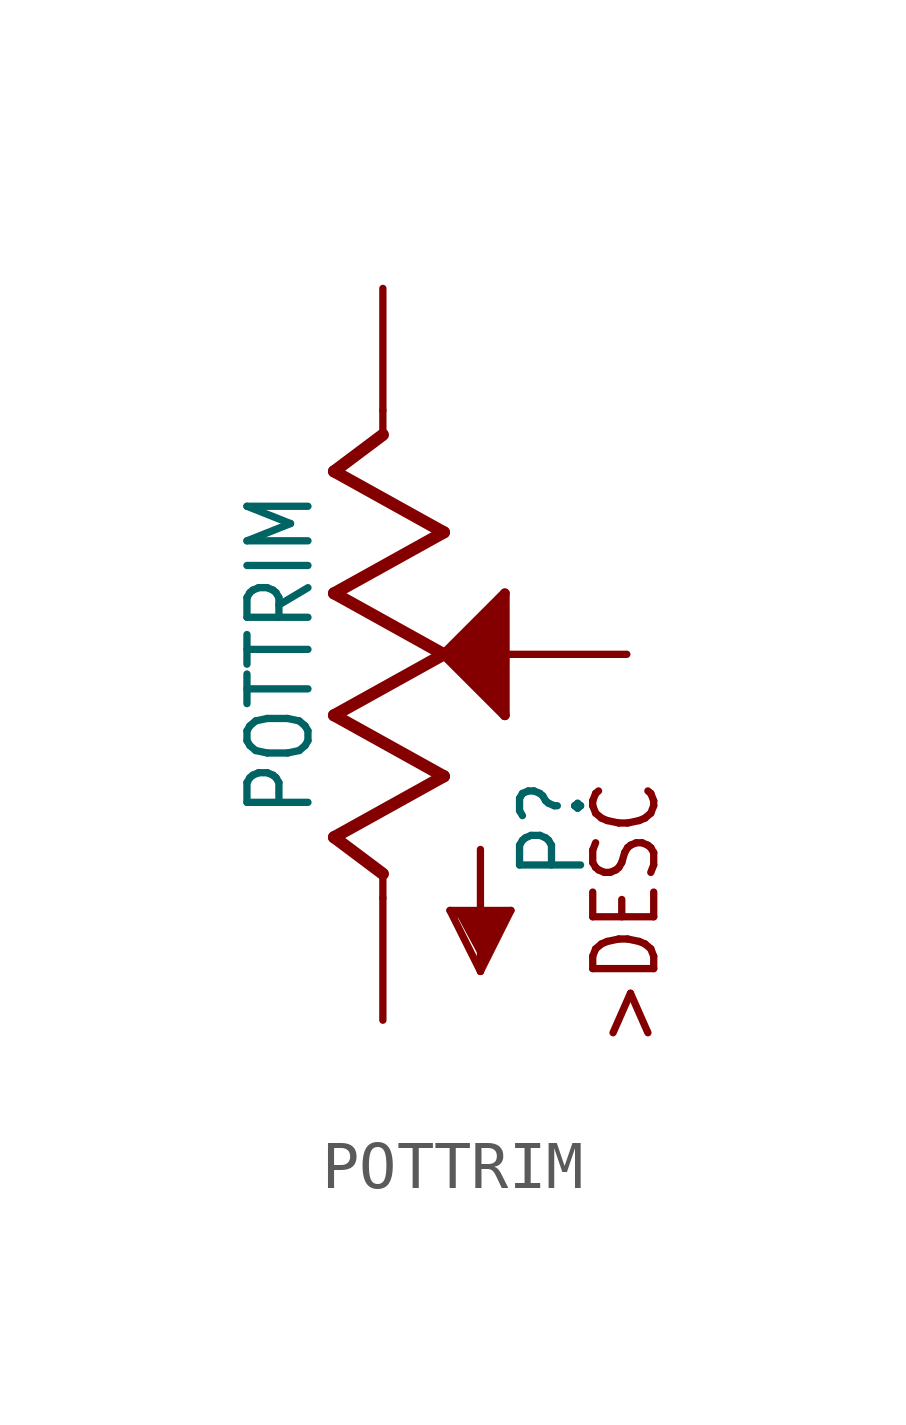
<source format=kicad_sym>
(kicad_symbol_lib
  (version 20211014)
  (generator kicad_symbol_editor)
  (symbol "POTTRIM"
    (property "Reference" "P"
      (at 2.794 -2.54 90)
      (effects (font (size 1.27 1.079)) (justify right top)))
    (property "Value" "POTTRIM"
      (at -1.397 0 90)
      (effects (font (size 1.27 1.079)) (justify bottom)))
    (property "ki_locked" ""
      (at 0 0 0)
      (effects (font (size 1.27 1.27))))
    (symbol "POTTRIM_1_0"
      (polyline (pts (xy -1.016 -3.81) (xy 1.27 -2.54)) (stroke (width 0.254) (type default) (color 0 0 0 0)) (fill (type none)))
      (polyline (pts (xy -1.016 -1.27) (xy 1.27 0)) (stroke (width 0.254) (type default) (color 0 0 0 0)) (fill (type none)))
      (polyline (pts (xy -1.016 1.27) (xy 1.27 2.54)) (stroke (width 0.254) (type default) (color 0 0 0 0)) (fill (type none)))
      (polyline (pts (xy -1.016 3.81) (xy 0 4.572)) (stroke (width 0.254) (type default) (color 0 0 0 0)) (fill (type none)))
      (polyline (pts (xy 0 -5.08) (xy 0 -4.572)) (stroke (width 0.152) (type default) (color 0 0 0 0)) (fill (type none)))
      (polyline (pts (xy 0 -4.572) (xy -1.016 -3.81)) (stroke (width 0.254) (type default) (color 0 0 0 0)) (fill (type none)))
      (polyline (pts (xy 0 4.572) (xy 0 5.08)) (stroke (width 0.152) (type default) (color 0 0 0 0)) (fill (type none)))
      (polyline (pts (xy 1.27 -2.54) (xy -1.016 -1.27)) (stroke (width 0.254) (type default) (color 0 0 0 0)) (fill (type none)))
      (polyline (pts (xy 1.27 0) (xy -1.016 1.27)) (stroke (width 0.254) (type default) (color 0 0 0 0)) (fill (type none)))
      (polyline (pts (xy 1.27 0) (xy 2.54 1.27)) (stroke (width 0.203) (type default) (color 0 0 0 0)) (fill (type none)))
      (polyline (pts (xy 1.27 2.54) (xy -1.016 3.81)) (stroke (width 0.254) (type default) (color 0 0 0 0)) (fill (type none)))
      (polyline (pts (xy 1.397 -5.334) (xy 2.032 -6.604)) (stroke (width 0.152) (type default) (color 0 0 0 0)) (fill (type none)))
      (polyline (pts (xy 2.032 -6.604) (xy 2.667 -5.334)) (stroke (width 0.152) (type default) (color 0 0 0 0)) (fill (type none)))
      (polyline (pts (xy 2.032 -4.064) (xy 2.032 -6.604)) (stroke (width 0.152) (type default) (color 0 0 0 0)) (fill (type none)))
      (polyline (pts (xy 2.54 -1.27) (xy 1.27 0)) (stroke (width 0.203) (type default) (color 0 0 0 0)) (fill (type none)))
      (polyline (pts (xy 2.54 1.27) (xy 2.54 -1.27)) (stroke (width 0.203) (type default) (color 0 0 0 0)) (fill (type none)))
      (polyline (pts (xy 2.667 -5.334) (xy 1.397 -5.334)) (stroke (width 0.152) (type default) (color 0 0 0 0)) (fill (type none)))
      (polyline (pts (xy 1.524 -5.41) (xy 2.54 -5.41) (xy 2.032 -6.35)) (stroke (width 0) (type default) (color 0 0 0 0)) (fill (type outline)))
      (polyline (pts (xy 2.54 1.27) (xy 1.27 0) (xy 2.54 -1.27)) (stroke (width 0) (type default) (color 0 0 0 0)) (fill (type outline)))
      (text ">DESC" (at 4.318 -2.54 900) (effects (font (size 1.27 1.079)) (justify right top)))
      (pin passive line (at 5.08 0 180) (length 2.54) (name "S" (effects (font (size 0 0)))) (number "1" (effects (font (size 0 0)))))
      (pin passive line (at 0 7.62 270) (length 2.54) (name "E" (effects (font (size 0 0)))) (number "2" (effects (font (size 0 0)))))
      (pin passive line (at 0 -7.62 90) (length 2.54) (name "A" (effects (font (size 0 0)))) (number "3" (effects (font (size 0 0))))))))
</source>
